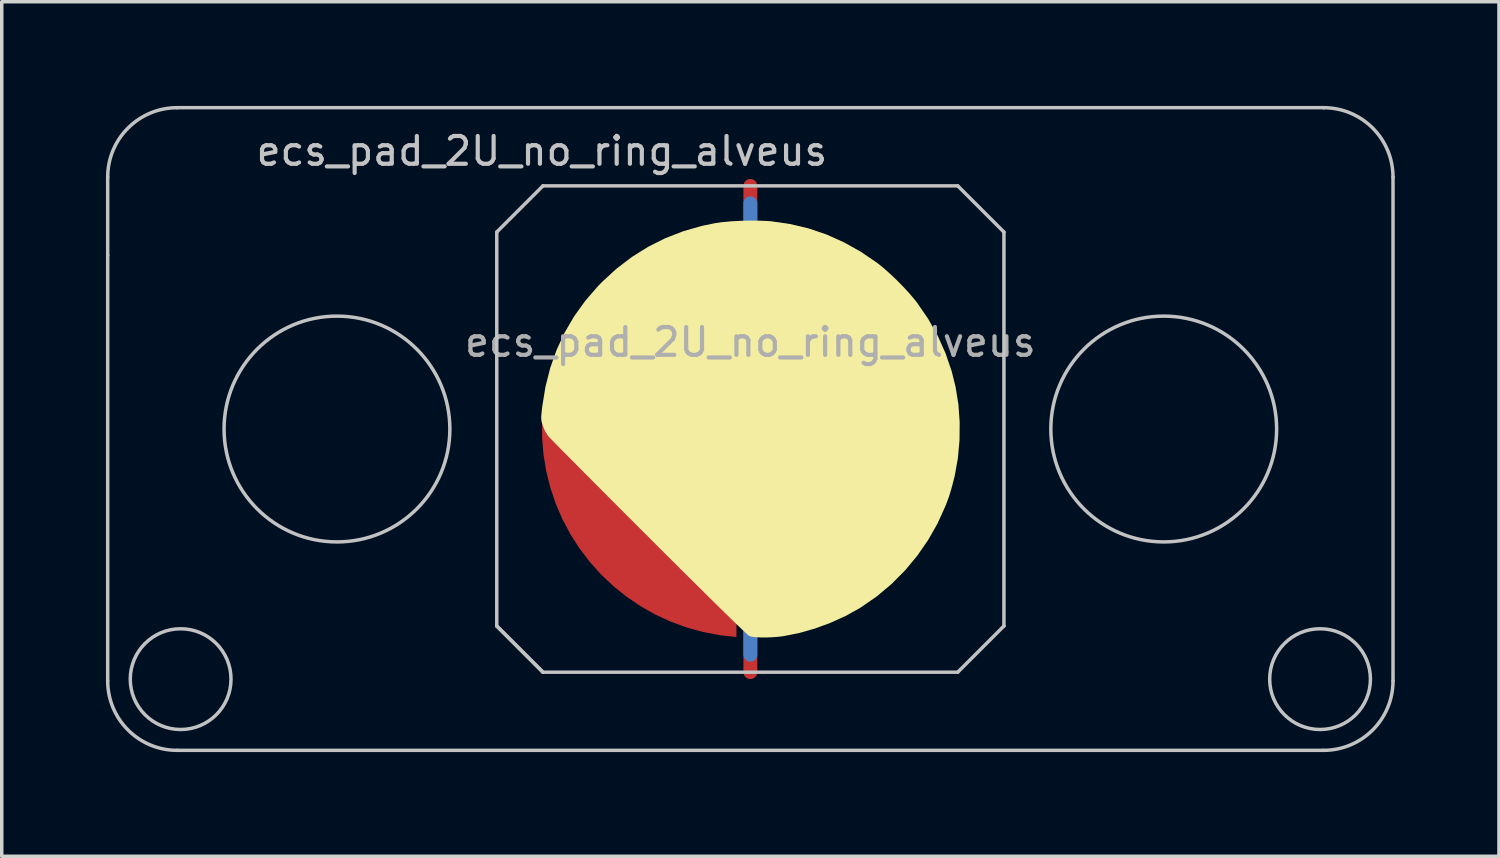
<source format=kicad_pcb>
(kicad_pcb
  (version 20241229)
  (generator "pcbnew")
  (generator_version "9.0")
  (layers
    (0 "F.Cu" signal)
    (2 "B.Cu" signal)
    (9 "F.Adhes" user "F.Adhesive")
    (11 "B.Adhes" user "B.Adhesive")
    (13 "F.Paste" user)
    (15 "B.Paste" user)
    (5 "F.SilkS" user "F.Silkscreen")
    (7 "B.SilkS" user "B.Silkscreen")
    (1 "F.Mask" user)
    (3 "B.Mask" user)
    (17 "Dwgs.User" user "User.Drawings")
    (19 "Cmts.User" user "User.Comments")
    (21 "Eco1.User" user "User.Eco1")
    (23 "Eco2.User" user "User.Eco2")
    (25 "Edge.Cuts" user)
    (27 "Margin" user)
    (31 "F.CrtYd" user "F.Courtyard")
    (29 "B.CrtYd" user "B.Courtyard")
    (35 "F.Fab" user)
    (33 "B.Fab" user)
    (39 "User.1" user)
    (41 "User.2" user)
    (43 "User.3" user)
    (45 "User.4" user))
  (footprint "ecs_pad_2U_no_ring_alveus"
    (layer "F.Cu")
    (at 18.55 9.3)
    (property "Reference" "ecs_pad_2U_no_ring_alveus" (at -6 -8 0) (layer "Dwgs.User") (effects (font (size 0.8 0.8) (thickness 0.12))))
    (attr smd)
    (fp_poly (pts (xy 0.226 -5.998) (xy 0.47 -5.989) (xy 0.6 -5.979) (xy 1.141 -5.902) (xy 1.672 -5.776) (xy 2.19 -5.6) (xy 2.693 -5.375) (xy 3.181 -5.102) (xy 3.653 -4.781) (xy 3.67 -4.768) (xy 3.836 -4.634) (xy 4.021 -4.469) (xy 4.215 -4.285) (xy 4.405 -4.092) (xy 4.581 -3.901) (xy 4.731 -3.724) (xy 4.794 -3.644) (xy 5.118 -3.172) (xy 5.393 -2.684) (xy 5.619 -2.18) (xy 5.797 -1.66) (xy 5.908 -1.211) (xy 5.989 -0.71) (xy 6.026 -0.195) (xy 6.021 0.326) (xy 5.974 0.841) (xy 5.885 1.341) (xy 5.817 1.61) (xy 5.777 1.752) (xy 5.745 1.86) (xy 5.717 1.949) (xy 5.686 2.034) (xy 5.649 2.132) (xy 5.611 2.228) (xy 5.386 2.725) (xy 5.115 3.2) (xy 4.803 3.65) (xy 4.452 4.072) (xy 4.065 4.461) (xy 3.645 4.814) (xy 3.195 5.126) (xy 3.143 5.159) (xy 2.741 5.382) (xy 2.307 5.579) (xy 1.854 5.745) (xy 1.396 5.875) (xy 0.947 5.964) (xy 0.791 5.983) (xy 0.622 5.995) (xy 0.451 6.001) (xy 0.289 6) (xy 0.147 5.992) (xy 0.036 5.978) (xy -0.026 5.961) (xy -0.058 5.937) (xy -0.125 5.877) (xy -0.228 5.78) (xy -0.366 5.649) (xy -0.538 5.482) (xy -0.744 5.281) (xy -0.983 5.047) (xy -1.255 4.778) (xy -1.559 4.477) (xy -1.896 4.143) (xy -2.264 3.777) (xy -2.663 3.379) (xy -2.92 3.122) (xy -3.239 2.804) (xy -3.549 2.494) (xy -3.847 2.195) (xy -4.133 1.909) (xy -4.404 1.637) (xy -4.657 1.382) (xy -4.891 1.147) (xy -5.104 0.932) (xy -5.294 0.741) (xy -5.458 0.575) (xy -5.594 0.436) (xy -5.701 0.327) (xy -5.777 0.249) (xy -5.818 0.205) (xy -5.824 0.197) (xy -5.912 0.059) (xy -5.979 -0.105) (xy -5.979 -0.106) (xy -6 -0.177) (xy -6.014 -0.236) (xy -6.02 -0.294) (xy -6.02 -0.363) (xy -6.012 -0.454) (xy -5.998 -0.579) (xy -5.99 -0.651) (xy -5.898 -1.216) (xy -5.761 -1.757) (xy -5.578 -2.275) (xy -5.35 -2.769) (xy -5.075 -3.24) (xy -4.755 -3.686) (xy -4.39 -4.109) (xy -4.264 -4.238) (xy -3.848 -4.619) (xy -3.407 -4.955) (xy -2.94 -5.246) (xy -2.45 -5.492) (xy -1.935 -5.692) (xy -1.396 -5.847) (xy -1.018 -5.925) (xy -0.814 -5.954) (xy -0.573 -5.976) (xy -0.31 -5.992) (xy -0.039 -5.999)) (stroke (width 0) (type solid)) (fill yes) (layer "F.SilkS"))
    (fp_line (start -18.5 -5) (end -18.5 -7.25) (stroke (width 0.1) (type solid)) (layer "Dwgs.User"))
    (fp_line (start -18.5 -5) (end -18.5 7.25) (stroke (width 0.1) (type solid)) (layer "Dwgs.User"))
    (fp_line (start -16.5 -9.25) (end 16.5 -9.25) (stroke (width 0.1) (type solid)) (layer "Dwgs.User"))
    (fp_line (start -16.5 9.25) (end 16.5 9.25) (stroke (width 0.1) (type solid)) (layer "Dwgs.User"))
    (fp_line (start -7.3 -5.67) (end -5.97 -7) (stroke (width 0.1) (type solid)) (layer "Dwgs.User"))
    (fp_line (start -7.3 5.67) (end -7.3 -5.67) (stroke (width 0.1) (type solid)) (layer "Dwgs.User"))
    (fp_line (start -7.3 5.67) (end -5.97 7) (stroke (width 0.1) (type solid)) (layer "Dwgs.User"))
    (fp_line (start -5.97 -7) (end 5.97 -7) (stroke (width 0.1) (type solid)) (layer "Dwgs.User"))
    (fp_line (start -5.97 7) (end -7.3 5.67) (stroke (width 0.1) (type solid)) (layer "Dwgs.User"))
    (fp_line (start 5.97 -7) (end 7.3 -5.67) (stroke (width 0.1) (type solid)) (layer "Dwgs.User"))
    (fp_line (start 5.97 7) (end -5.97 7) (stroke (width 0.1) (type solid)) (layer "Dwgs.User"))
    (fp_line (start 7.3 -5.67) (end 7.3 5.67) (stroke (width 0.1) (type solid)) (layer "Dwgs.User"))
    (fp_line (start 7.3 5.67) (end 5.97 7) (stroke (width 0.1) (type solid)) (layer "Dwgs.User"))
    (fp_line (start 18.5 -7.25) (end 18.5 7.25) (stroke (width 0.1) (type solid)) (layer "Dwgs.User"))
    (fp_arc (start -18.5 -7.25) (mid -17.914214 -8.664214) (end -16.5 -9.25) (stroke (width 0.1) (type solid)) (layer "Dwgs.User"))
    (fp_arc (start -16.5 9.25) (mid -17.914214 8.664214) (end -18.5 7.25) (stroke (width 0.1) (type solid)) (layer "Dwgs.User"))
    (fp_arc (start 16.5 -9.25) (mid 17.914214 -8.664214) (end 18.5 -7.25) (stroke (width 0.1) (type solid)) (layer "Dwgs.User"))
    (fp_arc (start 18.5 7.25) (mid 17.914214 8.664214) (end 16.5 9.25) (stroke (width 0.1) (type solid)) (layer "Dwgs.User"))
    (fp_circle (center -16.4 7.2) (end -14.95 7.2) (stroke (width 0.1) (type solid)) (fill no) (layer "Dwgs.User"))
    (fp_circle (center -11.9 0) (end -8.65 0) (stroke (width 0.1) (type solid)) (fill no) (layer "Dwgs.User"))
    (fp_circle (center 11.9 0) (end 15.15 0) (stroke (width 0.1) (type solid)) (fill no) (layer "Dwgs.User"))
    (fp_circle (center 16.4 7.2) (end 17.85 7.2) (stroke (width 0.1) (type solid)) (fill no) (layer "Dwgs.User"))
    (fp_text user "${REFERENCE}" (at 0 -2.5 0) (layer "F.Fab") (effects (font (size 0.8 0.8) (thickness 0.12))))
    (pad "1" smd custom (at -1 0) (size 0.4 0.4) (layers "F.Cu") (options (anchor circle)) (primitives (gr_poly (pts (xy 0.6 -2.214) (xy 0.32 -2.145) (xy 0.052 -2.041) (xy -0.201 -1.903) (xy -0.434 -1.734) (xy -0.644 -1.536) (xy -0.826 -1.314) (xy -0.979 -1.07) (xy -1.1 -0.808) (xy -1.186 -0.534) (xy -1.236 -0.25) (xy 0 -0.25) (xy 0.096 -0.231) (xy 0.177 -0.177) (xy 0.231 -0.096) (xy 0.25 0) (xy 0.231 0.096) (xy 0.177 0.177) (xy 0.096 0.231) (xy 0 0.25) (xy -1.236 0.25) (xy -1.186 0.534) (xy -1.1 0.808) (xy -0.979 1.07) (xy -0.826 1.314) (xy -0.644 1.536) (xy -0.434 1.734) (xy -0.201 1.903) (xy 0.052 2.041) (xy 0.32 2.145) (xy 0.6 2.214) (xy 0.6 5.987) (xy 0.115 5.934) (xy -0.364 5.843) (xy -0.834 5.713) (xy -1.292 5.545) (xy -1.735 5.341) (xy -2.159 5.101) (xy -2.563 4.827) (xy -2.943 4.522) (xy -3.298 4.187) (xy -3.623 3.824) (xy -3.919 3.436) (xy -4.182 3.025) (xy -4.41 2.594) (xy -4.603 2.147) (xy -4.759 1.684) (xy -4.876 1.211) (xy -4.955 0.73) (xy -4.995 0.244) (xy -4.995 -0.244) (xy -4.955 -0.73) (xy -4.876 -1.211) (xy -4.759 -1.684) (xy -4.603 -2.147) (xy -4.41 -2.594) (xy -4.182 -3.025) (xy -3.919 -3.436) (xy -3.623 -3.824) (xy -3.298 -4.187) (xy -2.943 -4.522) (xy -2.563 -4.827) (xy -2.159 -5.101) (xy -1.735 -5.341) (xy -1.292 -5.545) (xy -0.834 -5.713) (xy -0.364 -5.843) (xy 0.115 -5.934) (xy 0.6 -5.987)) (width 0) (fill yes))))
    (pad "2" smd custom (at 1 0 180) (size 0.4 0.4) (layers "F.Cu") (options (anchor circle)) (primitives (gr_poly (pts (xy 0.6 -2.214) (xy 0.32 -2.145) (xy 0.052 -2.041) (xy -0.201 -1.903) (xy -0.434 -1.734) (xy -0.644 -1.536) (xy -0.826 -1.314) (xy -0.979 -1.07) (xy -1.1 -0.808) (xy -1.186 -0.534) (xy -1.236 -0.25) (xy 0 -0.25) (xy 0.096 -0.231) (xy 0.177 -0.177) (xy 0.231 -0.096) (xy 0.25 0) (xy 0.231 0.096) (xy 0.177 0.177) (xy 0.096 0.231) (xy 0 0.25) (xy -1.236 0.25) (xy -1.186 0.534) (xy -1.1 0.808) (xy -0.979 1.07) (xy -0.826 1.314) (xy -0.644 1.536) (xy -0.434 1.734) (xy -0.201 1.903) (xy 0.052 2.041) (xy 0.32 2.145) (xy 0.6 2.214) (xy 0.6 5.987) (xy 0.115 5.934) (xy -0.364 5.843) (xy -0.834 5.713) (xy -1.292 5.545) (xy -1.735 5.341) (xy -2.159 5.101) (xy -2.563 4.827) (xy -2.943 4.522) (xy -3.298 4.187) (xy -3.623 3.824) (xy -3.919 3.436) (xy -4.182 3.025) (xy -4.41 2.594) (xy -4.603 2.147) (xy -4.759 1.684) (xy -4.876 1.211) (xy -4.955 0.73) (xy -4.995 0.244) (xy -4.995 -0.244) (xy -4.955 -0.73) (xy -4.876 -1.211) (xy -4.759 -1.684) (xy -4.603 -2.147) (xy -4.41 -2.594) (xy -4.182 -3.025) (xy -3.919 -3.436) (xy -3.623 -3.824) (xy -3.298 -4.187) (xy -2.943 -4.522) (xy -2.563 -4.827) (xy -2.159 -5.101) (xy -1.735 -5.341) (xy -1.292 -5.545) (xy -0.834 -5.713) (xy -0.364 -5.843) (xy 0.115 -5.934) (xy 0.6 -5.987)) (width 0) (fill yes))))
    (pad "3" smd custom (at 0 0) (size 0.4 0.4) (layers "F.Cu") (options (anchor rect)) (primitives (gr_line (start 0 -7) (end 0 7) (width 0.4))))
    (pad "3" smd custom (at 0 0) (size 0.4 0.4) (layers "B.Cu") (options (anchor rect)) (primitives (gr_line (start 0 -6.5) (end 0 6.5) (width 0.4))))
    (zone (net_name "") (layer "F.Cu") (hatch edge 0.508) (connect_pads) (min_thickness 0.254) (filled_areas_thickness no) (keepout (tracks allowed) (vias allowed) (pads allowed) (copperpour not_allowed) (footprints allowed)) (placement (enabled no)) (fill) (polygon (pts (xy 25.555 9.3) (xy 25.536 8.787) (xy 25.48 8.277) (xy 25.386 7.772) (xy 25.256 7.275) (xy 25.09 6.79) (xy 24.888 6.317) (xy 24.653 5.861) (xy 24.385 5.424) (xy 24.085 5.007) (xy 23.756 4.613) (xy 23.398 4.244) (xy 23.015 3.903) (xy 22.608 3.59) (xy 22.179 3.308) (xy 21.73 3.059) (xy 21.265 2.842) (xy 20.784 2.661) (xy 20.292 2.515) (xy 19.79 2.406) (xy 19.282 2.333) (xy 18.77 2.299) (xy 18.257 2.301) (xy 17.745 2.342) (xy 17.237 2.419) (xy 16.737 2.534) (xy 16.246 2.685) (xy 15.768 2.871) (xy 15.305 3.092) (xy 14.859 3.347) (xy 14.433 3.633) (xy 14.029 3.95) (xy 13.649 4.295) (xy 13.296 4.668) (xy 12.97 5.065) (xy 12.675 5.485) (xy 12.412 5.925) (xy 12.181 6.384) (xy 11.984 6.858) (xy 11.823 7.346) (xy 11.698 7.844) (xy 11.61 8.349) (xy 11.559 8.86) (xy 11.545 9.373) (xy 11.57 9.886) (xy 11.631 10.396) (xy 11.73 10.9) (xy 11.866 11.395) (xy 12.037 11.879) (xy 12.243 12.349) (xy 12.484 12.802) (xy 12.756 13.237) (xy 13.06 13.651) (xy 13.394 14.041) (xy 13.755 14.406) (xy 14.142 14.744) (xy 14.552 15.052) (xy 14.984 15.329) (xy 15.435 15.574) (xy 15.903 15.786) (xy 16.385 15.962) (xy 16.879 16.103) (xy 17.382 16.207) (xy 17.891 16.274) (xy 18.403 16.303) (xy 18.917 16.295) (xy 19.428 16.25) (xy 19.935 16.167) (xy 20.434 16.047) (xy 20.923 15.891) (xy 21.399 15.699) (xy 21.86 15.473) (xy 22.303 15.214) (xy 22.726 14.924) (xy 23.127 14.603) (xy 23.503 14.253) (xy 23.853 13.877) (xy 24.174 13.476) (xy 24.464 13.053) (xy 24.723 12.61) (xy 24.949 12.149) (xy 25.141 11.673) (xy 25.297 11.184) (xy 25.417 10.685) (xy 25.5 10.178) (xy 25.545 9.667))))
    (zone (net_name "") (layer "B.Cu") (hatch edge 0.508) (connect_pads) (min_thickness 0.254) (filled_areas_thickness no) (keepout (tracks allowed) (vias allowed) (pads allowed) (copperpour not_allowed) (footprints allowed)) (placement (enabled no)) (fill) (polygon (pts (xy 25.108 9.3) (xy 25.088 8.785) (xy 25.028 8.274) (xy 24.927 7.769) (xy 24.787 7.273) (xy 24.609 6.79) (xy 24.393 6.323) (xy 24.142 5.873) (xy 23.856 5.445) (xy 23.537 5.041) (xy 23.187 4.663) (xy 22.809 4.313) (xy 22.405 3.994) (xy 21.977 3.708) (xy 21.527 3.457) (xy 21.06 3.241) (xy 20.577 3.063) (xy 20.081 2.923) (xy 19.576 2.822) (xy 19.065 2.762) (xy 18.55 2.742) (xy 18.035 2.762) (xy 17.524 2.822) (xy 17.019 2.923) (xy 16.523 3.063) (xy 16.04 3.241) (xy 15.573 3.457) (xy 15.123 3.708) (xy 14.695 3.994) (xy 14.291 4.313) (xy 13.913 4.663) (xy 13.563 5.041) (xy 13.244 5.445) (xy 12.958 5.873) (xy 12.707 6.323) (xy 12.491 6.79) (xy 12.313 7.273) (xy 12.173 7.769) (xy 12.072 8.274) (xy 12.012 8.785) (xy 11.992 9.3) (xy 12.012 9.815) (xy 12.072 10.326) (xy 12.173 10.831) (xy 12.313 11.327) (xy 12.491 11.81) (xy 12.707 12.277) (xy 12.958 12.727) (xy 13.244 13.155) (xy 13.563 13.559) (xy 13.913 13.937) (xy 14.291 14.287) (xy 14.695 14.606) (xy 15.123 14.892) (xy 15.573 15.143) (xy 16.04 15.359) (xy 16.523 15.537) (xy 17.019 15.677) (xy 17.524 15.778) (xy 18.035 15.838) (xy 18.55 15.858) (xy 19.065 15.838) (xy 19.576 15.778) (xy 20.081 15.677) (xy 20.577 15.537) (xy 21.06 15.359) (xy 21.527 15.143) (xy 21.977 14.892) (xy 22.405 14.606) (xy 22.809 14.287) (xy 23.187 13.937) (xy 23.537 13.559) (xy 23.856 13.155) (xy 24.142 12.727) (xy 24.393 12.277) (xy 24.609 11.81) (xy 24.787 11.327) (xy 24.927 10.831) (xy 25.028 10.326) (xy 25.088 9.815)))))
  (gr_rect
    (start -3 -3)
    (end 40.1 21.6)
    (stroke (width 0.1) (type default))
    (fill no)
    (layer "Edge.Cuts")))
</source>
